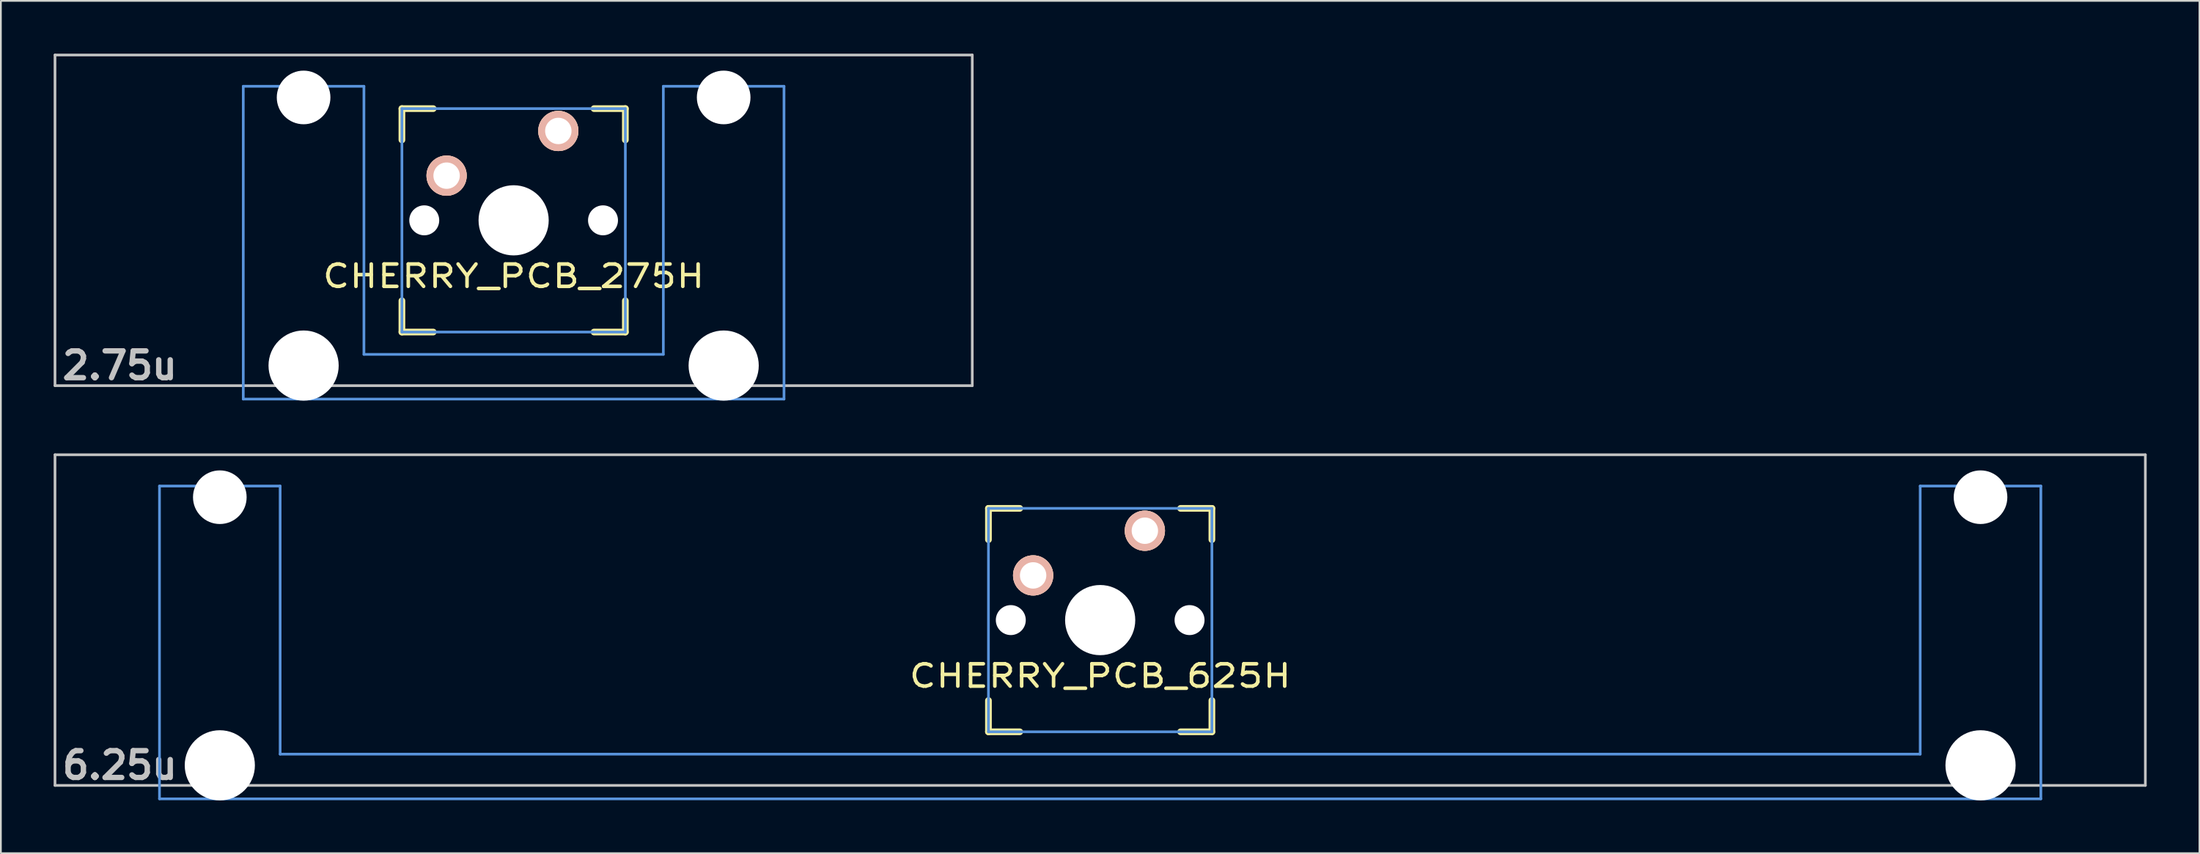
<source format=kicad_pcb>
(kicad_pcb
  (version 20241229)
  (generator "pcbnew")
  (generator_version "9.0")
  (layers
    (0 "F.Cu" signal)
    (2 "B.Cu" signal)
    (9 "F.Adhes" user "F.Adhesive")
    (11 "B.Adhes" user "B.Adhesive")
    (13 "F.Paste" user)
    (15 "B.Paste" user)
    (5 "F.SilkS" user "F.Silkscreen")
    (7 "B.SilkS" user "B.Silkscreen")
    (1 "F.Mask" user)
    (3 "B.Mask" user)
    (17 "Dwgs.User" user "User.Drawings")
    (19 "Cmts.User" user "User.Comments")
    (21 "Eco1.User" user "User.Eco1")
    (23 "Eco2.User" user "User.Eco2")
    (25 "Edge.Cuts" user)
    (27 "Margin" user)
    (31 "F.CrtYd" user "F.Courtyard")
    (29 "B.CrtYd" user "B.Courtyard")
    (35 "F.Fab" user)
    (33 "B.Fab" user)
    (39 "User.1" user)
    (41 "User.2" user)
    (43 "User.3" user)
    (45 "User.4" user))
  (footprint "CHERRY_PCB_275H"
    (layer "F.Cu")
    (at 26.144 9.474)
    (property "Reference" "CHERRY_PCB_275H" (at 0 3.175 0) (layer "F.SilkS") (effects (font (size 1.27 1.524) (thickness 0.203))))
    (attr through_hole)
    (fp_line (start -6.35 -6.35) (end -4.572 -6.35) (stroke (width 0.381) (type solid)) (layer "F.SilkS"))
    (fp_line (start -6.35 -4.572) (end -6.35 -6.35) (stroke (width 0.381) (type solid)) (layer "F.SilkS"))
    (fp_line (start -6.35 6.35) (end -6.35 4.572) (stroke (width 0.381) (type solid)) (layer "F.SilkS"))
    (fp_line (start -4.572 6.35) (end -6.35 6.35) (stroke (width 0.381) (type solid)) (layer "F.SilkS"))
    (fp_line (start 4.572 -6.35) (end 6.35 -6.35) (stroke (width 0.381) (type solid)) (layer "F.SilkS"))
    (fp_line (start 6.35 -6.35) (end 6.35 -4.572) (stroke (width 0.381) (type solid)) (layer "F.SilkS"))
    (fp_line (start 6.35 4.572) (end 6.35 6.35) (stroke (width 0.381) (type solid)) (layer "F.SilkS"))
    (fp_line (start 6.35 6.35) (end 4.572 6.35) (stroke (width 0.381) (type solid)) (layer "F.SilkS"))
    (fp_line (start -26.068 -9.398) (end 26.068 -9.398) (stroke (width 0.152) (type solid)) (layer "Dwgs.User"))
    (fp_line (start -26.068 9.398) (end -26.068 -9.398) (stroke (width 0.152) (type solid)) (layer "Dwgs.User"))
    (fp_line (start 26.068 -9.398) (end 26.068 9.398) (stroke (width 0.152) (type solid)) (layer "Dwgs.User"))
    (fp_line (start 26.068 9.398) (end -26.068 9.398) (stroke (width 0.152) (type solid)) (layer "Dwgs.User"))
    (fp_line (start -15.367 -7.62) (end -15.367 10.16) (stroke (width 0.152) (type solid)) (layer "Cmts.User"))
    (fp_line (start -15.367 10.16) (end 15.367 10.16) (stroke (width 0.152) (type solid)) (layer "Cmts.User"))
    (fp_line (start -8.509 -7.62) (end -15.367 -7.62) (stroke (width 0.152) (type solid)) (layer "Cmts.User"))
    (fp_line (start -8.509 7.62) (end -8.509 -7.62) (stroke (width 0.152) (type solid)) (layer "Cmts.User"))
    (fp_line (start -6.35 -6.35) (end 6.35 -6.35) (stroke (width 0.152) (type solid)) (layer "Cmts.User"))
    (fp_line (start -6.35 6.35) (end -6.35 -6.35) (stroke (width 0.152) (type solid)) (layer "Cmts.User"))
    (fp_line (start 6.35 -6.35) (end 6.35 6.35) (stroke (width 0.152) (type solid)) (layer "Cmts.User"))
    (fp_line (start 6.35 6.35) (end -6.35 6.35) (stroke (width 0.152) (type solid)) (layer "Cmts.User"))
    (fp_line (start 8.509 -7.62) (end 8.509 7.62) (stroke (width 0.152) (type solid)) (layer "Cmts.User"))
    (fp_line (start 8.509 7.62) (end -8.509 7.62) (stroke (width 0.152) (type solid)) (layer "Cmts.User"))
    (fp_line (start 15.367 -7.62) (end 8.509 -7.62) (stroke (width 0.152) (type solid)) (layer "Cmts.User"))
    (fp_line (start 15.367 10.16) (end 15.367 -7.62) (stroke (width 0.152) (type solid)) (layer "Cmts.User"))
    (fp_line (start -16.129 -2.286) (end -15.265 -2.286) (stroke (width 0.152) (type solid)) (layer "Eco2.User"))
    (fp_line (start -16.129 0.508) (end -16.129 -2.286) (stroke (width 0.152) (type solid)) (layer "Eco2.User"))
    (fp_line (start -15.265 -5.69) (end -8.611 -5.69) (stroke (width 0.152) (type solid)) (layer "Eco2.User"))
    (fp_line (start -15.265 -2.286) (end -15.265 -5.69) (stroke (width 0.152) (type solid)) (layer "Eco2.User"))
    (fp_line (start -15.265 0.508) (end -16.129 0.508) (stroke (width 0.152) (type solid)) (layer "Eco2.User"))
    (fp_line (start -15.265 6.604) (end -15.265 0.508) (stroke (width 0.152) (type solid)) (layer "Eco2.User"))
    (fp_line (start -14.224 6.604) (end -15.265 6.604) (stroke (width 0.152) (type solid)) (layer "Eco2.User"))
    (fp_line (start -14.224 7.772) (end -14.224 6.604) (stroke (width 0.152) (type solid)) (layer "Eco2.User"))
    (fp_line (start -9.652 6.604) (end -9.652 7.772) (stroke (width 0.152) (type solid)) (layer "Eco2.User"))
    (fp_line (start -9.652 7.772) (end -14.224 7.772) (stroke (width 0.152) (type solid)) (layer "Eco2.User"))
    (fp_line (start -8.611 -5.69) (end -8.611 -4.877) (stroke (width 0.152) (type solid)) (layer "Eco2.User"))
    (fp_line (start -8.611 -4.877) (end -6.985 -4.877) (stroke (width 0.152) (type solid)) (layer "Eco2.User"))
    (fp_line (start -8.611 5.817) (end -8.611 6.604) (stroke (width 0.152) (type solid)) (layer "Eco2.User"))
    (fp_line (start -8.611 6.604) (end -9.652 6.604) (stroke (width 0.152) (type solid)) (layer "Eco2.User"))
    (fp_line (start -6.985 -6.985) (end 6.985 -6.985) (stroke (width 0.152) (type solid)) (layer "Eco2.User"))
    (fp_line (start -6.985 -4.877) (end -6.985 -6.985) (stroke (width 0.152) (type solid)) (layer "Eco2.User"))
    (fp_line (start -6.985 5.817) (end -8.611 5.817) (stroke (width 0.152) (type solid)) (layer "Eco2.User"))
    (fp_line (start -6.985 6.985) (end -6.985 5.817) (stroke (width 0.152) (type solid)) (layer "Eco2.User"))
    (fp_line (start 6.985 -6.985) (end 6.985 -4.877) (stroke (width 0.152) (type solid)) (layer "Eco2.User"))
    (fp_line (start 6.985 -4.877) (end 8.611 -4.877) (stroke (width 0.152) (type solid)) (layer "Eco2.User"))
    (fp_line (start 6.985 5.817) (end 6.985 6.985) (stroke (width 0.152) (type solid)) (layer "Eco2.User"))
    (fp_line (start 6.985 6.985) (end -6.985 6.985) (stroke (width 0.152) (type solid)) (layer "Eco2.User"))
    (fp_line (start 8.611 -5.69) (end 15.265 -5.69) (stroke (width 0.152) (type solid)) (layer "Eco2.User"))
    (fp_line (start 8.611 -4.877) (end 8.611 -5.69) (stroke (width 0.152) (type solid)) (layer "Eco2.User"))
    (fp_line (start 8.611 5.817) (end 6.985 5.817) (stroke (width 0.152) (type solid)) (layer "Eco2.User"))
    (fp_line (start 8.611 6.604) (end 8.611 5.817) (stroke (width 0.152) (type solid)) (layer "Eco2.User"))
    (fp_line (start 9.652 6.604) (end 8.611 6.604) (stroke (width 0.152) (type solid)) (layer "Eco2.User"))
    (fp_line (start 9.652 7.772) (end 9.652 6.604) (stroke (width 0.152) (type solid)) (layer "Eco2.User"))
    (fp_line (start 14.224 6.604) (end 14.224 7.772) (stroke (width 0.152) (type solid)) (layer "Eco2.User"))
    (fp_line (start 14.224 7.772) (end 9.652 7.772) (stroke (width 0.152) (type solid)) (layer "Eco2.User"))
    (fp_line (start 15.265 -5.69) (end 15.265 -2.286) (stroke (width 0.152) (type solid)) (layer "Eco2.User"))
    (fp_line (start 15.265 -2.286) (end 16.129 -2.286) (stroke (width 0.152) (type solid)) (layer "Eco2.User"))
    (fp_line (start 15.265 0.508) (end 15.265 6.604) (stroke (width 0.152) (type solid)) (layer "Eco2.User"))
    (fp_line (start 15.265 6.604) (end 14.224 6.604) (stroke (width 0.152) (type solid)) (layer "Eco2.User"))
    (fp_line (start 16.129 -2.286) (end 16.129 0.508) (stroke (width 0.152) (type solid)) (layer "Eco2.User"))
    (fp_line (start 16.129 0.508) (end 15.265 0.508) (stroke (width 0.152) (type solid)) (layer "Eco2.User"))
    (fp_text user "2.75u" (at -22.385 8.255 0) (layer "Dwgs.User") (effects (font (size 1.524 1.524) (thickness 0.305))))
    (pad "" np_thru_hole circle (at -11.938 -6.985) (size 3.048 3.048) (drill 3.048) (layers "*.Cu"))
    (pad "" np_thru_hole circle (at -11.938 8.255) (size 3.988 3.988) (drill 3.988) (layers "*.Cu"))
    (pad "" np_thru_hole circle (at -5.08 0) (size 1.702 1.702) (drill 1.702) (layers "*.Cu"))
    (pad "" np_thru_hole circle (at 0 0) (size 3.988 3.988) (drill 3.988) (layers "*.Cu"))
    (pad "" np_thru_hole circle (at 5.08 0) (size 1.702 1.702) (drill 1.702) (layers "*.Cu"))
    (pad "" np_thru_hole circle (at 11.938 -6.985) (size 3.048 3.048) (drill 3.048) (layers "*.Cu"))
    (pad "" np_thru_hole circle (at 11.938 8.255) (size 3.988 3.988) (drill 3.988) (layers "*.Cu"))
    (pad "1" thru_hole circle (at 2.54 -5.08) (size 2.286 2.286) (drill 1.499) (layers "*.Cu" "*.SilkS" "*.Mask"))
    (pad "2" thru_hole circle (at -3.81 -2.54) (size 2.286 2.286) (drill 1.499) (layers "*.Cu" "*.SilkS" "*.Mask")))
  (footprint "CHERRY_PCB_625H"
    (layer "F.Cu")
    (at 59.482 32.197)
    (property "Reference" "CHERRY_PCB_625H" (at 0 3.175 0) (layer "F.SilkS") (effects (font (size 1.27 1.524) (thickness 0.203))))
    (attr through_hole)
    (fp_line (start -6.35 -6.35) (end -4.572 -6.35) (stroke (width 0.381) (type solid)) (layer "F.SilkS"))
    (fp_line (start -6.35 -4.572) (end -6.35 -6.35) (stroke (width 0.381) (type solid)) (layer "F.SilkS"))
    (fp_line (start -6.35 6.35) (end -6.35 4.572) (stroke (width 0.381) (type solid)) (layer "F.SilkS"))
    (fp_line (start -4.572 6.35) (end -6.35 6.35) (stroke (width 0.381) (type solid)) (layer "F.SilkS"))
    (fp_line (start 4.572 -6.35) (end 6.35 -6.35) (stroke (width 0.381) (type solid)) (layer "F.SilkS"))
    (fp_line (start 6.35 -6.35) (end 6.35 -4.572) (stroke (width 0.381) (type solid)) (layer "F.SilkS"))
    (fp_line (start 6.35 4.572) (end 6.35 6.35) (stroke (width 0.381) (type solid)) (layer "F.SilkS"))
    (fp_line (start 6.35 6.35) (end 4.572 6.35) (stroke (width 0.381) (type solid)) (layer "F.SilkS"))
    (fp_line (start -59.406 -9.398) (end 59.406 -9.398) (stroke (width 0.152) (type solid)) (layer "Dwgs.User"))
    (fp_line (start -59.406 9.398) (end -59.406 -9.398) (stroke (width 0.152) (type solid)) (layer "Dwgs.User"))
    (fp_line (start 59.406 -9.398) (end 59.406 9.398) (stroke (width 0.152) (type solid)) (layer "Dwgs.User"))
    (fp_line (start 59.406 9.398) (end -59.406 9.398) (stroke (width 0.152) (type solid)) (layer "Dwgs.User"))
    (fp_line (start -53.467 -7.62) (end -53.467 10.16) (stroke (width 0.152) (type solid)) (layer "Cmts.User"))
    (fp_line (start -53.467 10.16) (end 53.467 10.16) (stroke (width 0.152) (type solid)) (layer "Cmts.User"))
    (fp_line (start -46.609 -7.62) (end -53.467 -7.62) (stroke (width 0.152) (type solid)) (layer "Cmts.User"))
    (fp_line (start -46.609 7.62) (end -46.609 -7.62) (stroke (width 0.152) (type solid)) (layer "Cmts.User"))
    (fp_line (start -6.35 -6.35) (end 6.35 -6.35) (stroke (width 0.152) (type solid)) (layer "Cmts.User"))
    (fp_line (start -6.35 6.35) (end -6.35 -6.35) (stroke (width 0.152) (type solid)) (layer "Cmts.User"))
    (fp_line (start 6.35 -6.35) (end 6.35 6.35) (stroke (width 0.152) (type solid)) (layer "Cmts.User"))
    (fp_line (start 6.35 6.35) (end -6.35 6.35) (stroke (width 0.152) (type solid)) (layer "Cmts.User"))
    (fp_line (start 46.609 -7.62) (end 46.609 7.62) (stroke (width 0.152) (type solid)) (layer "Cmts.User"))
    (fp_line (start 46.609 7.62) (end -46.609 7.62) (stroke (width 0.152) (type solid)) (layer "Cmts.User"))
    (fp_line (start 53.467 -7.62) (end 46.609 -7.62) (stroke (width 0.152) (type solid)) (layer "Cmts.User"))
    (fp_line (start 53.467 10.16) (end 53.467 -7.62) (stroke (width 0.152) (type solid)) (layer "Cmts.User"))
    (fp_line (start -54.229 -2.286) (end -53.365 -2.286) (stroke (width 0.152) (type solid)) (layer "Eco2.User"))
    (fp_line (start -54.229 0.508) (end -54.229 -2.286) (stroke (width 0.152) (type solid)) (layer "Eco2.User"))
    (fp_line (start -53.365 -5.69) (end -46.711 -5.69) (stroke (width 0.152) (type solid)) (layer "Eco2.User"))
    (fp_line (start -53.365 -2.286) (end -53.365 -5.69) (stroke (width 0.152) (type solid)) (layer "Eco2.User"))
    (fp_line (start -53.365 0.508) (end -54.229 0.508) (stroke (width 0.152) (type solid)) (layer "Eco2.User"))
    (fp_line (start -53.365 6.604) (end -53.365 0.508) (stroke (width 0.152) (type solid)) (layer "Eco2.User"))
    (fp_line (start -52.324 6.604) (end -53.365 6.604) (stroke (width 0.152) (type solid)) (layer "Eco2.User"))
    (fp_line (start -52.324 7.772) (end -52.324 6.604) (stroke (width 0.152) (type solid)) (layer "Eco2.User"))
    (fp_line (start -47.752 6.604) (end -47.752 7.772) (stroke (width 0.152) (type solid)) (layer "Eco2.User"))
    (fp_line (start -47.752 7.772) (end -52.324 7.772) (stroke (width 0.152) (type solid)) (layer "Eco2.User"))
    (fp_line (start -46.711 -5.69) (end -46.711 -2.286) (stroke (width 0.152) (type solid)) (layer "Eco2.User"))
    (fp_line (start -46.711 -2.286) (end -6.985 -2.286) (stroke (width 0.152) (type solid)) (layer "Eco2.User"))
    (fp_line (start -46.711 2.286) (end -46.711 6.604) (stroke (width 0.152) (type solid)) (layer "Eco2.User"))
    (fp_line (start -46.711 6.604) (end -47.752 6.604) (stroke (width 0.152) (type solid)) (layer "Eco2.User"))
    (fp_line (start -6.985 -6.985) (end 6.985 -6.985) (stroke (width 0.152) (type solid)) (layer "Eco2.User"))
    (fp_line (start -6.985 -2.286) (end -6.985 -6.985) (stroke (width 0.152) (type solid)) (layer "Eco2.User"))
    (fp_line (start -6.985 2.286) (end -46.711 2.286) (stroke (width 0.152) (type solid)) (layer "Eco2.User"))
    (fp_line (start -6.985 6.985) (end -6.985 2.286) (stroke (width 0.152) (type solid)) (layer "Eco2.User"))
    (fp_line (start 6.985 -6.985) (end 6.985 -2.286) (stroke (width 0.152) (type solid)) (layer "Eco2.User"))
    (fp_line (start 6.985 -2.286) (end 46.711 -2.286) (stroke (width 0.152) (type solid)) (layer "Eco2.User"))
    (fp_line (start 6.985 2.286) (end 6.985 6.985) (stroke (width 0.152) (type solid)) (layer "Eco2.User"))
    (fp_line (start 6.985 6.985) (end -6.985 6.985) (stroke (width 0.152) (type solid)) (layer "Eco2.User"))
    (fp_line (start 46.711 -5.69) (end 53.365 -5.69) (stroke (width 0.152) (type solid)) (layer "Eco2.User"))
    (fp_line (start 46.711 -2.286) (end 46.711 -5.69) (stroke (width 0.152) (type solid)) (layer "Eco2.User"))
    (fp_line (start 46.711 2.286) (end 6.985 2.286) (stroke (width 0.152) (type solid)) (layer "Eco2.User"))
    (fp_line (start 46.711 6.604) (end 46.711 2.286) (stroke (width 0.152) (type solid)) (layer "Eco2.User"))
    (fp_line (start 47.752 6.604) (end 46.711 6.604) (stroke (width 0.152) (type solid)) (layer "Eco2.User"))
    (fp_line (start 47.752 7.772) (end 47.752 6.604) (stroke (width 0.152) (type solid)) (layer "Eco2.User"))
    (fp_line (start 52.324 6.604) (end 52.324 7.772) (stroke (width 0.152) (type solid)) (layer "Eco2.User"))
    (fp_line (start 52.324 7.772) (end 47.752 7.772) (stroke (width 0.152) (type solid)) (layer "Eco2.User"))
    (fp_line (start 53.365 -5.69) (end 53.365 -2.286) (stroke (width 0.152) (type solid)) (layer "Eco2.User"))
    (fp_line (start 53.365 -2.286) (end 54.229 -2.286) (stroke (width 0.152) (type solid)) (layer "Eco2.User"))
    (fp_line (start 53.365 0.508) (end 53.365 6.604) (stroke (width 0.152) (type solid)) (layer "Eco2.User"))
    (fp_line (start 53.365 6.604) (end 52.324 6.604) (stroke (width 0.152) (type solid)) (layer "Eco2.User"))
    (fp_line (start 54.229 -2.286) (end 54.229 0.508) (stroke (width 0.152) (type solid)) (layer "Eco2.User"))
    (fp_line (start 54.229 0.508) (end 53.365 0.508) (stroke (width 0.152) (type solid)) (layer "Eco2.User"))
    (fp_text user "6.25u" (at -55.723 8.255 0) (layer "Dwgs.User") (effects (font (size 1.524 1.524) (thickness 0.305))))
    (pad "" np_thru_hole circle (at -50.038 -6.985) (size 3.048 3.048) (drill 3.048) (layers "*.Cu"))
    (pad "" np_thru_hole circle (at -50.038 8.255) (size 3.988 3.988) (drill 3.988) (layers "*.Cu"))
    (pad "" np_thru_hole circle (at -5.08 0) (size 1.702 1.702) (drill 1.702) (layers "*.Cu"))
    (pad "" np_thru_hole circle (at 0 0) (size 3.988 3.988) (drill 3.988) (layers "*.Cu"))
    (pad "" np_thru_hole circle (at 5.08 0) (size 1.702 1.702) (drill 1.702) (layers "*.Cu"))
    (pad "" np_thru_hole circle (at 50.038 -6.985) (size 3.048 3.048) (drill 3.048) (layers "*.Cu"))
    (pad "" np_thru_hole circle (at 50.038 8.255) (size 3.988 3.988) (drill 3.988) (layers "*.Cu"))
    (pad "1" thru_hole circle (at 2.54 -5.08) (size 2.286 2.286) (drill 1.499) (layers "*.Cu" "*.SilkS" "*.Mask"))
    (pad "2" thru_hole circle (at -3.81 -2.54) (size 2.286 2.286) (drill 1.499) (layers "*.Cu" "*.SilkS" "*.Mask")))
  (gr_rect
    (start -3 -3)
    (end 121.963 45.446)
    (stroke (width 0.1) (type default))
    (fill no)
    (layer "Edge.Cuts")))
</source>
